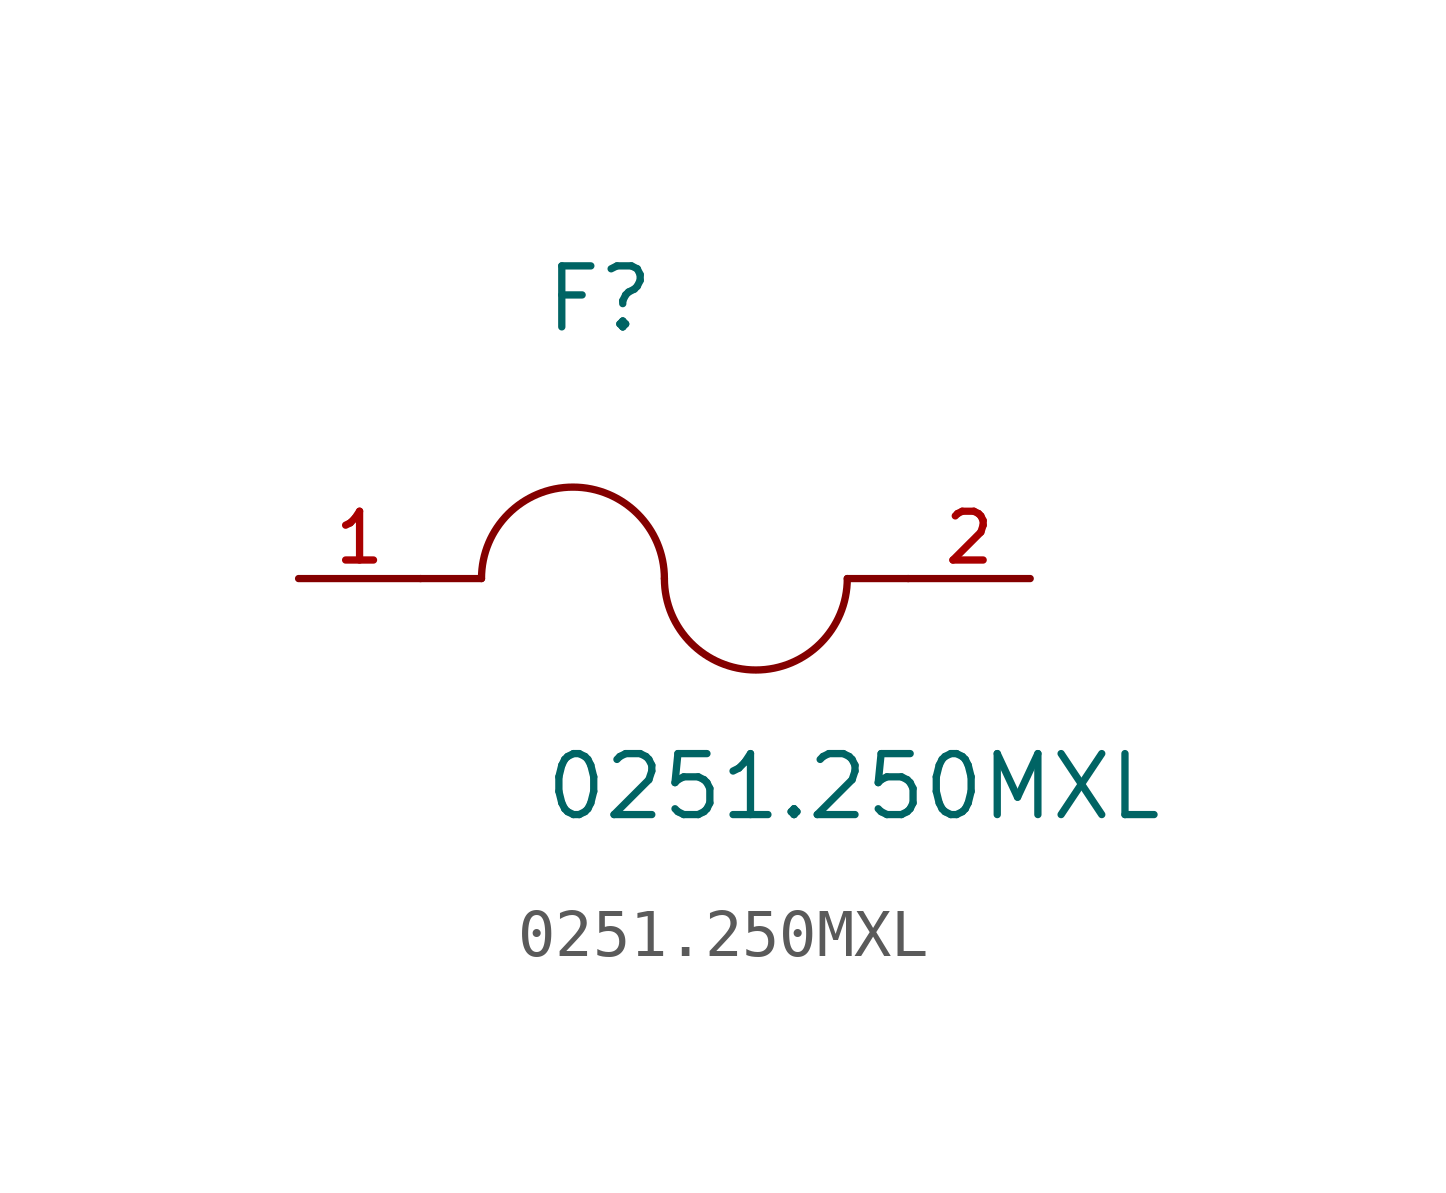
<source format=kicad_sym>
(kicad_symbol_lib
  (version 20211014)
  (generator kicad_symbol_editor)
  (symbol "0251.250MXL"
    (pin_names
      (offset 1.016))
    (property "Reference" "F"
      (at -2.54 5.08 0)
      (effects (font (size 1.27 1.27)) (justify bottom left)))
    (property "Value" "0251.250MXL"
      (at -2.54 -5.08 0)
      (effects (font (size 1.27 1.27)) (justify bottom left)))
    (symbol "0251.250MXL_0_0"
      (arc (start 0.0 0.0) (mid -1.905 1.905) (end -3.81 0.0) (stroke (width 0.1524) (type default) (color 0 0 0 0)) (fill (type none)))
      (arc (start 3.81 0.0) (mid 1.905 -1.905) (end 0.0 0.0) (stroke (width 0.1524) (type default) (color 0 0 0 0)) (fill (type none)))
      (polyline (pts (xy 5.08 0.0) (xy 3.81 0.0)) (stroke (width 0.152)))
      (polyline (pts (xy -5.08 0.0) (xy -3.81 0.0)) (stroke (width 0.152)))
      (pin passive line (at 7.62 0.0 180.0) (length 2.54) (name "~" (effects (font (size 1.016 1.016)))) (number "2" (effects (font (size 1.016 1.016)))))
      (pin passive line (at -7.62 0.0 0) (length 2.54) (name "~" (effects (font (size 1.016 1.016)))) (number "1" (effects (font (size 1.016 1.016))))))))
</source>
